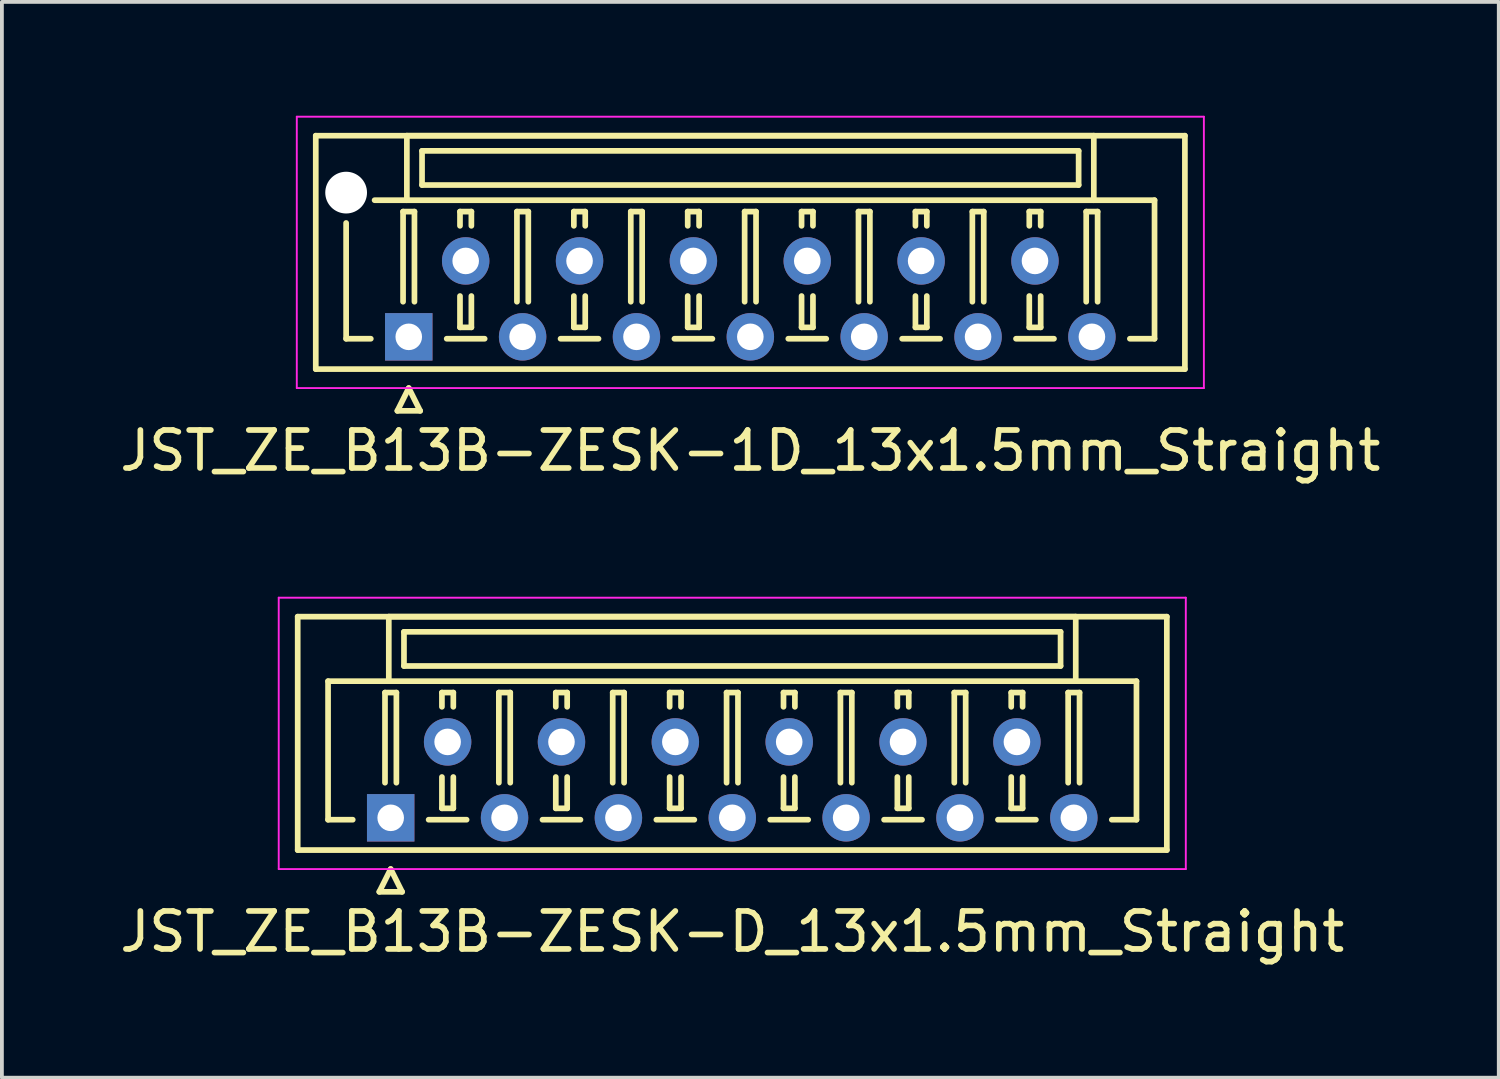
<source format=kicad_pcb>
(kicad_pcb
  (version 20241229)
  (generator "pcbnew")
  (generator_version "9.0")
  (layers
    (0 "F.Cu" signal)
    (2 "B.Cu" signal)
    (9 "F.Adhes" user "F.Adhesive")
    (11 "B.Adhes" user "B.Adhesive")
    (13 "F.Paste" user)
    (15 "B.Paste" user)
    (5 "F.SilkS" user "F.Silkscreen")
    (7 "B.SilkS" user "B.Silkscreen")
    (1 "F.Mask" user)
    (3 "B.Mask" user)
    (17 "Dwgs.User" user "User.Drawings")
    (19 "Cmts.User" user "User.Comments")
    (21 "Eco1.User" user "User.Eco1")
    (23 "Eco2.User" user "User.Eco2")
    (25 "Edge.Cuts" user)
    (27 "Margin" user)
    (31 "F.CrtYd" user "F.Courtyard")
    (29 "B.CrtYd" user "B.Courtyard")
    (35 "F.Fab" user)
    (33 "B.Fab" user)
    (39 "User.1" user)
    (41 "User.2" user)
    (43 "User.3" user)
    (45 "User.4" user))
  (footprint "JST_ZE_B13B-ZESK-D_13x1.5mm_Straight"
    (layer "F.Cu")
    (at 7.244 18.498)
    (property "Reference" "JST_ZE_B13B-ZESK-D_13x1.5mm_Straight" (at 9 3 0) (layer "F.SilkS") (effects (font (size 1 1) (thickness 0.15))))
    (attr through_hole)
    (fp_line (start -2.45 -5.3) (end -2.45 0.85) (stroke (width 0.15) (type solid)) (layer "F.SilkS"))
    (fp_line (start -2.45 0.85) (end 20.45 0.85) (stroke (width 0.15) (type solid)) (layer "F.SilkS"))
    (fp_line (start -1.65 -3.6) (end -1.65 0.05) (stroke (width 0.15) (type solid)) (layer "F.SilkS"))
    (fp_line (start -1.65 0.05) (end -1 0.05) (stroke (width 0.15) (type solid)) (layer "F.SilkS"))
    (fp_line (start -0.3 1.95) (end 0 1.35) (stroke (width 0.15) (type solid)) (layer "F.SilkS"))
    (fp_line (start -0.15 -3.3) (end 0.15 -3.3) (stroke (width 0.15) (type solid)) (layer "F.SilkS"))
    (fp_line (start -0.15 -0.925) (end -0.15 -3.3) (stroke (width 0.15) (type solid)) (layer "F.SilkS"))
    (fp_line (start -0.05 -5.3) (end -0.05 -3.6) (stroke (width 0.15) (type solid)) (layer "F.SilkS"))
    (fp_line (start -0.05 -3.6) (end -1.65 -3.6) (stroke (width 0.15) (type solid)) (layer "F.SilkS"))
    (fp_line (start -0.05 -3.6) (end 18.05 -3.6) (stroke (width 0.15) (type solid)) (layer "F.SilkS"))
    (fp_line (start 0 1.35) (end 0.3 1.95) (stroke (width 0.15) (type solid)) (layer "F.SilkS"))
    (fp_line (start 0.15 -3.3) (end 0.15 -0.925) (stroke (width 0.15) (type solid)) (layer "F.SilkS"))
    (fp_line (start 0.3 1.95) (end -0.3 1.95) (stroke (width 0.15) (type solid)) (layer "F.SilkS"))
    (fp_line (start 0.35 -4.9) (end 0.35 -4) (stroke (width 0.15) (type solid)) (layer "F.SilkS"))
    (fp_line (start 0.35 -4) (end 17.65 -4) (stroke (width 0.15) (type solid)) (layer "F.SilkS"))
    (fp_line (start 1 0.05) (end 2 0.05) (stroke (width 0.15) (type solid)) (layer "F.SilkS"))
    (fp_line (start 1.35 -3.3) (end 1.65 -3.3) (stroke (width 0.15) (type solid)) (layer "F.SilkS"))
    (fp_line (start 1.35 -2.925) (end 1.35 -3.3) (stroke (width 0.15) (type solid)) (layer "F.SilkS"))
    (fp_line (start 1.35 -1.075) (end 1.35 -0.25) (stroke (width 0.15) (type solid)) (layer "F.SilkS"))
    (fp_line (start 1.35 -0.25) (end 1.65 -0.25) (stroke (width 0.15) (type solid)) (layer "F.SilkS"))
    (fp_line (start 1.65 -3.3) (end 1.65 -2.925) (stroke (width 0.15) (type solid)) (layer "F.SilkS"))
    (fp_line (start 1.65 -0.25) (end 1.65 -1.075) (stroke (width 0.15) (type solid)) (layer "F.SilkS"))
    (fp_line (start 2.85 -3.3) (end 3.15 -3.3) (stroke (width 0.15) (type solid)) (layer "F.SilkS"))
    (fp_line (start 2.85 -0.925) (end 2.85 -3.3) (stroke (width 0.15) (type solid)) (layer "F.SilkS"))
    (fp_line (start 3.15 -3.3) (end 3.15 -0.925) (stroke (width 0.15) (type solid)) (layer "F.SilkS"))
    (fp_line (start 4 0.05) (end 5 0.05) (stroke (width 0.15) (type solid)) (layer "F.SilkS"))
    (fp_line (start 4.35 -3.3) (end 4.65 -3.3) (stroke (width 0.15) (type solid)) (layer "F.SilkS"))
    (fp_line (start 4.35 -2.925) (end 4.35 -3.3) (stroke (width 0.15) (type solid)) (layer "F.SilkS"))
    (fp_line (start 4.35 -1.075) (end 4.35 -0.25) (stroke (width 0.15) (type solid)) (layer "F.SilkS"))
    (fp_line (start 4.35 -0.25) (end 4.65 -0.25) (stroke (width 0.15) (type solid)) (layer "F.SilkS"))
    (fp_line (start 4.65 -3.3) (end 4.65 -2.925) (stroke (width 0.15) (type solid)) (layer "F.SilkS"))
    (fp_line (start 4.65 -0.25) (end 4.65 -1.075) (stroke (width 0.15) (type solid)) (layer "F.SilkS"))
    (fp_line (start 5.85 -3.3) (end 6.15 -3.3) (stroke (width 0.15) (type solid)) (layer "F.SilkS"))
    (fp_line (start 5.85 -0.925) (end 5.85 -3.3) (stroke (width 0.15) (type solid)) (layer "F.SilkS"))
    (fp_line (start 6.15 -3.3) (end 6.15 -0.925) (stroke (width 0.15) (type solid)) (layer "F.SilkS"))
    (fp_line (start 7 0.05) (end 8 0.05) (stroke (width 0.15) (type solid)) (layer "F.SilkS"))
    (fp_line (start 7.35 -3.3) (end 7.65 -3.3) (stroke (width 0.15) (type solid)) (layer "F.SilkS"))
    (fp_line (start 7.35 -2.925) (end 7.35 -3.3) (stroke (width 0.15) (type solid)) (layer "F.SilkS"))
    (fp_line (start 7.35 -1.075) (end 7.35 -0.25) (stroke (width 0.15) (type solid)) (layer "F.SilkS"))
    (fp_line (start 7.35 -0.25) (end 7.65 -0.25) (stroke (width 0.15) (type solid)) (layer "F.SilkS"))
    (fp_line (start 7.65 -3.3) (end 7.65 -2.925) (stroke (width 0.15) (type solid)) (layer "F.SilkS"))
    (fp_line (start 7.65 -0.25) (end 7.65 -1.075) (stroke (width 0.15) (type solid)) (layer "F.SilkS"))
    (fp_line (start 8.85 -3.3) (end 9.15 -3.3) (stroke (width 0.15) (type solid)) (layer "F.SilkS"))
    (fp_line (start 8.85 -0.925) (end 8.85 -3.3) (stroke (width 0.15) (type solid)) (layer "F.SilkS"))
    (fp_line (start 9.15 -3.3) (end 9.15 -0.925) (stroke (width 0.15) (type solid)) (layer "F.SilkS"))
    (fp_line (start 10 0.05) (end 11 0.05) (stroke (width 0.15) (type solid)) (layer "F.SilkS"))
    (fp_line (start 10.35 -3.3) (end 10.65 -3.3) (stroke (width 0.15) (type solid)) (layer "F.SilkS"))
    (fp_line (start 10.35 -2.925) (end 10.35 -3.3) (stroke (width 0.15) (type solid)) (layer "F.SilkS"))
    (fp_line (start 10.35 -1.075) (end 10.35 -0.25) (stroke (width 0.15) (type solid)) (layer "F.SilkS"))
    (fp_line (start 10.35 -0.25) (end 10.65 -0.25) (stroke (width 0.15) (type solid)) (layer "F.SilkS"))
    (fp_line (start 10.65 -3.3) (end 10.65 -2.925) (stroke (width 0.15) (type solid)) (layer "F.SilkS"))
    (fp_line (start 10.65 -0.25) (end 10.65 -1.075) (stroke (width 0.15) (type solid)) (layer "F.SilkS"))
    (fp_line (start 11.85 -3.3) (end 12.15 -3.3) (stroke (width 0.15) (type solid)) (layer "F.SilkS"))
    (fp_line (start 11.85 -0.925) (end 11.85 -3.3) (stroke (width 0.15) (type solid)) (layer "F.SilkS"))
    (fp_line (start 12.15 -3.3) (end 12.15 -0.925) (stroke (width 0.15) (type solid)) (layer "F.SilkS"))
    (fp_line (start 13 0.05) (end 14 0.05) (stroke (width 0.15) (type solid)) (layer "F.SilkS"))
    (fp_line (start 13.35 -3.3) (end 13.65 -3.3) (stroke (width 0.15) (type solid)) (layer "F.SilkS"))
    (fp_line (start 13.35 -2.925) (end 13.35 -3.3) (stroke (width 0.15) (type solid)) (layer "F.SilkS"))
    (fp_line (start 13.35 -1.075) (end 13.35 -0.25) (stroke (width 0.15) (type solid)) (layer "F.SilkS"))
    (fp_line (start 13.35 -0.25) (end 13.65 -0.25) (stroke (width 0.15) (type solid)) (layer "F.SilkS"))
    (fp_line (start 13.65 -3.3) (end 13.65 -2.925) (stroke (width 0.15) (type solid)) (layer "F.SilkS"))
    (fp_line (start 13.65 -0.25) (end 13.65 -1.075) (stroke (width 0.15) (type solid)) (layer "F.SilkS"))
    (fp_line (start 14.85 -3.3) (end 15.15 -3.3) (stroke (width 0.15) (type solid)) (layer "F.SilkS"))
    (fp_line (start 14.85 -0.925) (end 14.85 -3.3) (stroke (width 0.15) (type solid)) (layer "F.SilkS"))
    (fp_line (start 15.15 -3.3) (end 15.15 -0.925) (stroke (width 0.15) (type solid)) (layer "F.SilkS"))
    (fp_line (start 16 0.05) (end 17 0.05) (stroke (width 0.15) (type solid)) (layer "F.SilkS"))
    (fp_line (start 16.35 -3.3) (end 16.65 -3.3) (stroke (width 0.15) (type solid)) (layer "F.SilkS"))
    (fp_line (start 16.35 -2.925) (end 16.35 -3.3) (stroke (width 0.15) (type solid)) (layer "F.SilkS"))
    (fp_line (start 16.35 -1.075) (end 16.35 -0.25) (stroke (width 0.15) (type solid)) (layer "F.SilkS"))
    (fp_line (start 16.35 -0.25) (end 16.65 -0.25) (stroke (width 0.15) (type solid)) (layer "F.SilkS"))
    (fp_line (start 16.65 -3.3) (end 16.65 -2.925) (stroke (width 0.15) (type solid)) (layer "F.SilkS"))
    (fp_line (start 16.65 -0.25) (end 16.65 -1.075) (stroke (width 0.15) (type solid)) (layer "F.SilkS"))
    (fp_line (start 17.65 -4.9) (end 0.35 -4.9) (stroke (width 0.15) (type solid)) (layer "F.SilkS"))
    (fp_line (start 17.65 -4) (end 17.65 -4.9) (stroke (width 0.15) (type solid)) (layer "F.SilkS"))
    (fp_line (start 17.85 -3.3) (end 18.15 -3.3) (stroke (width 0.15) (type solid)) (layer "F.SilkS"))
    (fp_line (start 17.85 -0.925) (end 17.85 -3.3) (stroke (width 0.15) (type solid)) (layer "F.SilkS"))
    (fp_line (start 18.05 -5.3) (end -0.05 -5.3) (stroke (width 0.15) (type solid)) (layer "F.SilkS"))
    (fp_line (start 18.05 -3.6) (end 18.05 -5.3) (stroke (width 0.15) (type solid)) (layer "F.SilkS"))
    (fp_line (start 18.05 -3.6) (end 19.65 -3.6) (stroke (width 0.15) (type solid)) (layer "F.SilkS"))
    (fp_line (start 18.15 -3.3) (end 18.15 -0.925) (stroke (width 0.15) (type solid)) (layer "F.SilkS"))
    (fp_line (start 19.65 -3.6) (end 19.65 0.05) (stroke (width 0.15) (type solid)) (layer "F.SilkS"))
    (fp_line (start 19.65 0.05) (end 19 0.05) (stroke (width 0.15) (type solid)) (layer "F.SilkS"))
    (fp_line (start 20.45 -5.3) (end -2.45 -5.3) (stroke (width 0.15) (type solid)) (layer "F.SilkS"))
    (fp_line (start 20.45 0.85) (end 20.45 -5.3) (stroke (width 0.15) (type solid)) (layer "F.SilkS"))
    (fp_line (start -2.95 -5.8) (end -2.95 1.35) (stroke (width 0.05) (type solid)) (layer "F.CrtYd"))
    (fp_line (start -2.95 1.35) (end 20.95 1.35) (stroke (width 0.05) (type solid)) (layer "F.CrtYd"))
    (fp_line (start 20.95 -5.8) (end -2.95 -5.8) (stroke (width 0.05) (type solid)) (layer "F.CrtYd"))
    (fp_line (start 20.95 1.35) (end 20.95 -5.8) (stroke (width 0.05) (type solid)) (layer "F.CrtYd"))
    (pad "1" thru_hole rect (at 0 0) (size 1.25 1.25) (drill 0.7) (layers "*.Cu" "*.Mask"))
    (pad "2" thru_hole circle (at 1.5 -2) (size 1.25 1.25) (drill 0.7) (layers "*.Cu" "*.Mask"))
    (pad "3" thru_hole circle (at 3 0) (size 1.25 1.25) (drill 0.7) (layers "*.Cu" "*.Mask"))
    (pad "4" thru_hole circle (at 4.5 -2) (size 1.25 1.25) (drill 0.7) (layers "*.Cu" "*.Mask"))
    (pad "5" thru_hole circle (at 6 0) (size 1.25 1.25) (drill 0.7) (layers "*.Cu" "*.Mask"))
    (pad "6" thru_hole circle (at 7.5 -2) (size 1.25 1.25) (drill 0.7) (layers "*.Cu" "*.Mask"))
    (pad "7" thru_hole circle (at 9 0) (size 1.25 1.25) (drill 0.7) (layers "*.Cu" "*.Mask"))
    (pad "8" thru_hole circle (at 10.5 -2) (size 1.25 1.25) (drill 0.7) (layers "*.Cu" "*.Mask"))
    (pad "9" thru_hole circle (at 12 0) (size 1.25 1.25) (drill 0.7) (layers "*.Cu" "*.Mask"))
    (pad "10" thru_hole circle (at 13.5 -2) (size 1.25 1.25) (drill 0.7) (layers "*.Cu" "*.Mask"))
    (pad "11" thru_hole circle (at 15 0) (size 1.25 1.25) (drill 0.7) (layers "*.Cu" "*.Mask"))
    (pad "12" thru_hole circle (at 16.5 -2) (size 1.25 1.25) (drill 0.7) (layers "*.Cu" "*.Mask"))
    (pad "13" thru_hole circle (at 18 0) (size 1.25 1.25) (drill 0.7) (layers "*.Cu" "*.Mask")))
  (footprint "JST_ZE_B13B-ZESK-1D_13x1.5mm_Straight"
    (layer "F.Cu")
    (at 7.72 5.825)
    (property "Reference" "JST_ZE_B13B-ZESK-1D_13x1.5mm_Straight" (at 9 3 0) (layer "F.SilkS") (effects (font (size 1 1) (thickness 0.15))))
    (attr through_hole)
    (fp_line (start -2.45 -5.3) (end -2.45 0.85) (stroke (width 0.15) (type solid)) (layer "F.SilkS"))
    (fp_line (start -2.45 0.85) (end 20.45 0.85) (stroke (width 0.15) (type solid)) (layer "F.SilkS"))
    (fp_line (start -1.65 -3) (end -1.65 0.05) (stroke (width 0.15) (type solid)) (layer "F.SilkS"))
    (fp_line (start -1.65 0.05) (end -1 0.05) (stroke (width 0.15) (type solid)) (layer "F.SilkS"))
    (fp_line (start -0.3 1.95) (end 0 1.35) (stroke (width 0.15) (type solid)) (layer "F.SilkS"))
    (fp_line (start -0.15 -3.3) (end 0.15 -3.3) (stroke (width 0.15) (type solid)) (layer "F.SilkS"))
    (fp_line (start -0.15 -0.925) (end -0.15 -3.3) (stroke (width 0.15) (type solid)) (layer "F.SilkS"))
    (fp_line (start -0.05 -5.3) (end -0.05 -3.6) (stroke (width 0.15) (type solid)) (layer "F.SilkS"))
    (fp_line (start -0.05 -3.6) (end -0.9 -3.6) (stroke (width 0.15) (type solid)) (layer "F.SilkS"))
    (fp_line (start -0.05 -3.6) (end 18.05 -3.6) (stroke (width 0.15) (type solid)) (layer "F.SilkS"))
    (fp_line (start 0 1.35) (end 0.3 1.95) (stroke (width 0.15) (type solid)) (layer "F.SilkS"))
    (fp_line (start 0.15 -3.3) (end 0.15 -0.925) (stroke (width 0.15) (type solid)) (layer "F.SilkS"))
    (fp_line (start 0.3 1.95) (end -0.3 1.95) (stroke (width 0.15) (type solid)) (layer "F.SilkS"))
    (fp_line (start 0.35 -4.9) (end 0.35 -4) (stroke (width 0.15) (type solid)) (layer "F.SilkS"))
    (fp_line (start 0.35 -4) (end 17.65 -4) (stroke (width 0.15) (type solid)) (layer "F.SilkS"))
    (fp_line (start 1 0.05) (end 2 0.05) (stroke (width 0.15) (type solid)) (layer "F.SilkS"))
    (fp_line (start 1.35 -3.3) (end 1.65 -3.3) (stroke (width 0.15) (type solid)) (layer "F.SilkS"))
    (fp_line (start 1.35 -2.925) (end 1.35 -3.3) (stroke (width 0.15) (type solid)) (layer "F.SilkS"))
    (fp_line (start 1.35 -1.075) (end 1.35 -0.25) (stroke (width 0.15) (type solid)) (layer "F.SilkS"))
    (fp_line (start 1.35 -0.25) (end 1.65 -0.25) (stroke (width 0.15) (type solid)) (layer "F.SilkS"))
    (fp_line (start 1.65 -3.3) (end 1.65 -2.925) (stroke (width 0.15) (type solid)) (layer "F.SilkS"))
    (fp_line (start 1.65 -0.25) (end 1.65 -1.075) (stroke (width 0.15) (type solid)) (layer "F.SilkS"))
    (fp_line (start 2.85 -3.3) (end 3.15 -3.3) (stroke (width 0.15) (type solid)) (layer "F.SilkS"))
    (fp_line (start 2.85 -0.925) (end 2.85 -3.3) (stroke (width 0.15) (type solid)) (layer "F.SilkS"))
    (fp_line (start 3.15 -3.3) (end 3.15 -0.925) (stroke (width 0.15) (type solid)) (layer "F.SilkS"))
    (fp_line (start 4 0.05) (end 5 0.05) (stroke (width 0.15) (type solid)) (layer "F.SilkS"))
    (fp_line (start 4.35 -3.3) (end 4.65 -3.3) (stroke (width 0.15) (type solid)) (layer "F.SilkS"))
    (fp_line (start 4.35 -2.925) (end 4.35 -3.3) (stroke (width 0.15) (type solid)) (layer "F.SilkS"))
    (fp_line (start 4.35 -1.075) (end 4.35 -0.25) (stroke (width 0.15) (type solid)) (layer "F.SilkS"))
    (fp_line (start 4.35 -0.25) (end 4.65 -0.25) (stroke (width 0.15) (type solid)) (layer "F.SilkS"))
    (fp_line (start 4.65 -3.3) (end 4.65 -2.925) (stroke (width 0.15) (type solid)) (layer "F.SilkS"))
    (fp_line (start 4.65 -0.25) (end 4.65 -1.075) (stroke (width 0.15) (type solid)) (layer "F.SilkS"))
    (fp_line (start 5.85 -3.3) (end 6.15 -3.3) (stroke (width 0.15) (type solid)) (layer "F.SilkS"))
    (fp_line (start 5.85 -0.925) (end 5.85 -3.3) (stroke (width 0.15) (type solid)) (layer "F.SilkS"))
    (fp_line (start 6.15 -3.3) (end 6.15 -0.925) (stroke (width 0.15) (type solid)) (layer "F.SilkS"))
    (fp_line (start 7 0.05) (end 8 0.05) (stroke (width 0.15) (type solid)) (layer "F.SilkS"))
    (fp_line (start 7.35 -3.3) (end 7.65 -3.3) (stroke (width 0.15) (type solid)) (layer "F.SilkS"))
    (fp_line (start 7.35 -2.925) (end 7.35 -3.3) (stroke (width 0.15) (type solid)) (layer "F.SilkS"))
    (fp_line (start 7.35 -1.075) (end 7.35 -0.25) (stroke (width 0.15) (type solid)) (layer "F.SilkS"))
    (fp_line (start 7.35 -0.25) (end 7.65 -0.25) (stroke (width 0.15) (type solid)) (layer "F.SilkS"))
    (fp_line (start 7.65 -3.3) (end 7.65 -2.925) (stroke (width 0.15) (type solid)) (layer "F.SilkS"))
    (fp_line (start 7.65 -0.25) (end 7.65 -1.075) (stroke (width 0.15) (type solid)) (layer "F.SilkS"))
    (fp_line (start 8.85 -3.3) (end 9.15 -3.3) (stroke (width 0.15) (type solid)) (layer "F.SilkS"))
    (fp_line (start 8.85 -0.925) (end 8.85 -3.3) (stroke (width 0.15) (type solid)) (layer "F.SilkS"))
    (fp_line (start 9.15 -3.3) (end 9.15 -0.925) (stroke (width 0.15) (type solid)) (layer "F.SilkS"))
    (fp_line (start 10 0.05) (end 11 0.05) (stroke (width 0.15) (type solid)) (layer "F.SilkS"))
    (fp_line (start 10.35 -3.3) (end 10.65 -3.3) (stroke (width 0.15) (type solid)) (layer "F.SilkS"))
    (fp_line (start 10.35 -2.925) (end 10.35 -3.3) (stroke (width 0.15) (type solid)) (layer "F.SilkS"))
    (fp_line (start 10.35 -1.075) (end 10.35 -0.25) (stroke (width 0.15) (type solid)) (layer "F.SilkS"))
    (fp_line (start 10.35 -0.25) (end 10.65 -0.25) (stroke (width 0.15) (type solid)) (layer "F.SilkS"))
    (fp_line (start 10.65 -3.3) (end 10.65 -2.925) (stroke (width 0.15) (type solid)) (layer "F.SilkS"))
    (fp_line (start 10.65 -0.25) (end 10.65 -1.075) (stroke (width 0.15) (type solid)) (layer "F.SilkS"))
    (fp_line (start 11.85 -3.3) (end 12.15 -3.3) (stroke (width 0.15) (type solid)) (layer "F.SilkS"))
    (fp_line (start 11.85 -0.925) (end 11.85 -3.3) (stroke (width 0.15) (type solid)) (layer "F.SilkS"))
    (fp_line (start 12.15 -3.3) (end 12.15 -0.925) (stroke (width 0.15) (type solid)) (layer "F.SilkS"))
    (fp_line (start 13 0.05) (end 14 0.05) (stroke (width 0.15) (type solid)) (layer "F.SilkS"))
    (fp_line (start 13.35 -3.3) (end 13.65 -3.3) (stroke (width 0.15) (type solid)) (layer "F.SilkS"))
    (fp_line (start 13.35 -2.925) (end 13.35 -3.3) (stroke (width 0.15) (type solid)) (layer "F.SilkS"))
    (fp_line (start 13.35 -1.075) (end 13.35 -0.25) (stroke (width 0.15) (type solid)) (layer "F.SilkS"))
    (fp_line (start 13.35 -0.25) (end 13.65 -0.25) (stroke (width 0.15) (type solid)) (layer "F.SilkS"))
    (fp_line (start 13.65 -3.3) (end 13.65 -2.925) (stroke (width 0.15) (type solid)) (layer "F.SilkS"))
    (fp_line (start 13.65 -0.25) (end 13.65 -1.075) (stroke (width 0.15) (type solid)) (layer "F.SilkS"))
    (fp_line (start 14.85 -3.3) (end 15.15 -3.3) (stroke (width 0.15) (type solid)) (layer "F.SilkS"))
    (fp_line (start 14.85 -0.925) (end 14.85 -3.3) (stroke (width 0.15) (type solid)) (layer "F.SilkS"))
    (fp_line (start 15.15 -3.3) (end 15.15 -0.925) (stroke (width 0.15) (type solid)) (layer "F.SilkS"))
    (fp_line (start 16 0.05) (end 17 0.05) (stroke (width 0.15) (type solid)) (layer "F.SilkS"))
    (fp_line (start 16.35 -3.3) (end 16.65 -3.3) (stroke (width 0.15) (type solid)) (layer "F.SilkS"))
    (fp_line (start 16.35 -2.925) (end 16.35 -3.3) (stroke (width 0.15) (type solid)) (layer "F.SilkS"))
    (fp_line (start 16.35 -1.075) (end 16.35 -0.25) (stroke (width 0.15) (type solid)) (layer "F.SilkS"))
    (fp_line (start 16.35 -0.25) (end 16.65 -0.25) (stroke (width 0.15) (type solid)) (layer "F.SilkS"))
    (fp_line (start 16.65 -3.3) (end 16.65 -2.925) (stroke (width 0.15) (type solid)) (layer "F.SilkS"))
    (fp_line (start 16.65 -0.25) (end 16.65 -1.075) (stroke (width 0.15) (type solid)) (layer "F.SilkS"))
    (fp_line (start 17.65 -4.9) (end 0.35 -4.9) (stroke (width 0.15) (type solid)) (layer "F.SilkS"))
    (fp_line (start 17.65 -4) (end 17.65 -4.9) (stroke (width 0.15) (type solid)) (layer "F.SilkS"))
    (fp_line (start 17.85 -3.3) (end 18.15 -3.3) (stroke (width 0.15) (type solid)) (layer "F.SilkS"))
    (fp_line (start 17.85 -0.925) (end 17.85 -3.3) (stroke (width 0.15) (type solid)) (layer "F.SilkS"))
    (fp_line (start 18.05 -5.3) (end -0.05 -5.3) (stroke (width 0.15) (type solid)) (layer "F.SilkS"))
    (fp_line (start 18.05 -3.6) (end 18.05 -5.3) (stroke (width 0.15) (type solid)) (layer "F.SilkS"))
    (fp_line (start 18.05 -3.6) (end 19.65 -3.6) (stroke (width 0.15) (type solid)) (layer "F.SilkS"))
    (fp_line (start 18.15 -3.3) (end 18.15 -0.925) (stroke (width 0.15) (type solid)) (layer "F.SilkS"))
    (fp_line (start 19.65 -3.6) (end 19.65 0.05) (stroke (width 0.15) (type solid)) (layer "F.SilkS"))
    (fp_line (start 19.65 0.05) (end 19 0.05) (stroke (width 0.15) (type solid)) (layer "F.SilkS"))
    (fp_line (start 20.45 -5.3) (end -2.45 -5.3) (stroke (width 0.15) (type solid)) (layer "F.SilkS"))
    (fp_line (start 20.45 0.85) (end 20.45 -5.3) (stroke (width 0.15) (type solid)) (layer "F.SilkS"))
    (fp_line (start -2.95 -5.8) (end -2.95 1.35) (stroke (width 0.05) (type solid)) (layer "F.CrtYd"))
    (fp_line (start -2.95 1.35) (end 20.95 1.35) (stroke (width 0.05) (type solid)) (layer "F.CrtYd"))
    (fp_line (start 20.95 -5.8) (end -2.95 -5.8) (stroke (width 0.05) (type solid)) (layer "F.CrtYd"))
    (fp_line (start 20.95 1.35) (end 20.95 -5.8) (stroke (width 0.05) (type solid)) (layer "F.CrtYd"))
    (pad "" np_thru_hole circle (at -1.65 -3.8) (size 1.1 1.1) (drill 1.1) (layers "*.Cu"))
    (pad "1" thru_hole rect (at 0 0) (size 1.25 1.25) (drill 0.7) (layers "*.Cu" "*.Mask"))
    (pad "2" thru_hole circle (at 1.5 -2) (size 1.25 1.25) (drill 0.7) (layers "*.Cu" "*.Mask"))
    (pad "3" thru_hole circle (at 3 0) (size 1.25 1.25) (drill 0.7) (layers "*.Cu" "*.Mask"))
    (pad "4" thru_hole circle (at 4.5 -2) (size 1.25 1.25) (drill 0.7) (layers "*.Cu" "*.Mask"))
    (pad "5" thru_hole circle (at 6 0) (size 1.25 1.25) (drill 0.7) (layers "*.Cu" "*.Mask"))
    (pad "6" thru_hole circle (at 7.5 -2) (size 1.25 1.25) (drill 0.7) (layers "*.Cu" "*.Mask"))
    (pad "7" thru_hole circle (at 9 0) (size 1.25 1.25) (drill 0.7) (layers "*.Cu" "*.Mask"))
    (pad "8" thru_hole circle (at 10.5 -2) (size 1.25 1.25) (drill 0.7) (layers "*.Cu" "*.Mask"))
    (pad "9" thru_hole circle (at 12 0) (size 1.25 1.25) (drill 0.7) (layers "*.Cu" "*.Mask"))
    (pad "10" thru_hole circle (at 13.5 -2) (size 1.25 1.25) (drill 0.7) (layers "*.Cu" "*.Mask"))
    (pad "11" thru_hole circle (at 15 0) (size 1.25 1.25) (drill 0.7) (layers "*.Cu" "*.Mask"))
    (pad "12" thru_hole circle (at 16.5 -2) (size 1.25 1.25) (drill 0.7) (layers "*.Cu" "*.Mask"))
    (pad "13" thru_hole circle (at 18 0) (size 1.25 1.25) (drill 0.7) (layers "*.Cu" "*.Mask")))
  (gr_rect
    (start -3 -3)
    (end 36.44 25.346)
    (stroke (width 0.1) (type default))
    (fill no)
    (layer "Edge.Cuts")))
</source>
